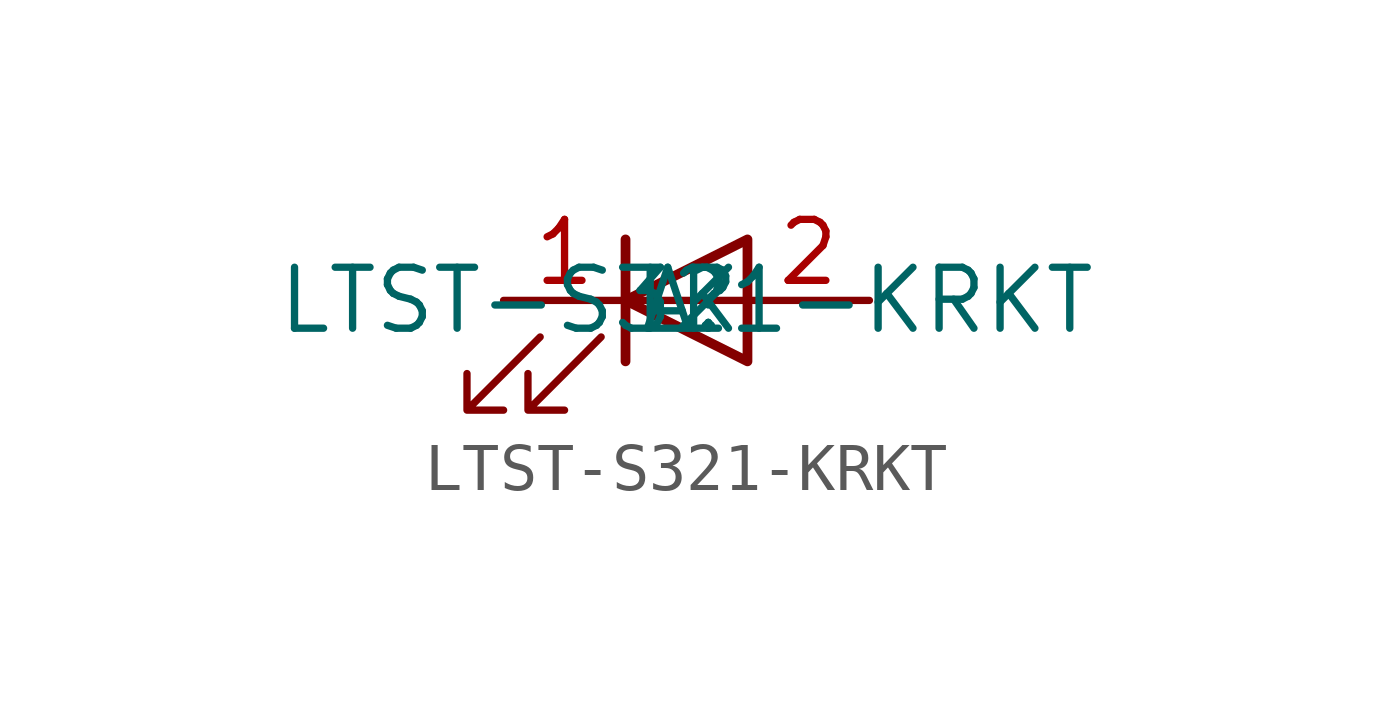
<source format=kicad_sym>
(kicad_symbol_lib
  (version 20211014)
  (generator kicad_symbol_editor)
  (symbol "LTST-S321-KRKT"
    (pin_names
      (offset 1.016))
    (property "Reference" "L"
      (at 0 0 0)
      (effects (font (size 1.27 1.27))))
    (property "Value" "LTST-S321-KRKT"
      (at 0 0 0)
      (effects (font (size 1.27 1.27))))
    (symbol "LTST-S321-KRKT_1_1"
      (polyline (pts (xy -1.27 -1.27) (xy -1.27 1.27)) (stroke (width 0.203) (type default) (color 0 0 0 0)) (fill (type none)))
      (polyline (pts (xy -1.27 0) (xy 1.27 0)) (stroke (width 0) (type default) (color 0 0 0 0)) (fill (type none)))
      (polyline (pts (xy 1.27 -1.27) (xy 1.27 1.27) (xy -1.27 0) (xy 1.27 -1.27)) (stroke (width 0.203) (type default) (color 0 0 0 0)) (fill (type none)))
      (polyline (pts (xy -3.048 -0.762) (xy -4.572 -2.286) (xy -3.81 -2.286) (xy -4.572 -2.286) (xy -4.572 -1.524)) (stroke (width 0) (type default) (color 0 0 0 0)) (fill (type none)))
      (polyline (pts (xy -1.778 -0.762) (xy -3.302 -2.286) (xy -2.54 -2.286) (xy -3.302 -2.286) (xy -3.302 -1.524)) (stroke (width 0) (type default) (color 0 0 0 0)) (fill (type none)))
      (pin passive line (at -3.81 0 0) (length 2.54) (name "K" (effects (font (size 1.27 1.27)))) (number "1" (effects (font (size 1.27 1.27)))))
      (pin passive line (at 3.81 0 180) (length 2.54) (name "A" (effects (font (size 1.27 1.27)))) (number "2" (effects (font (size 1.27 1.27))))))))
</source>
